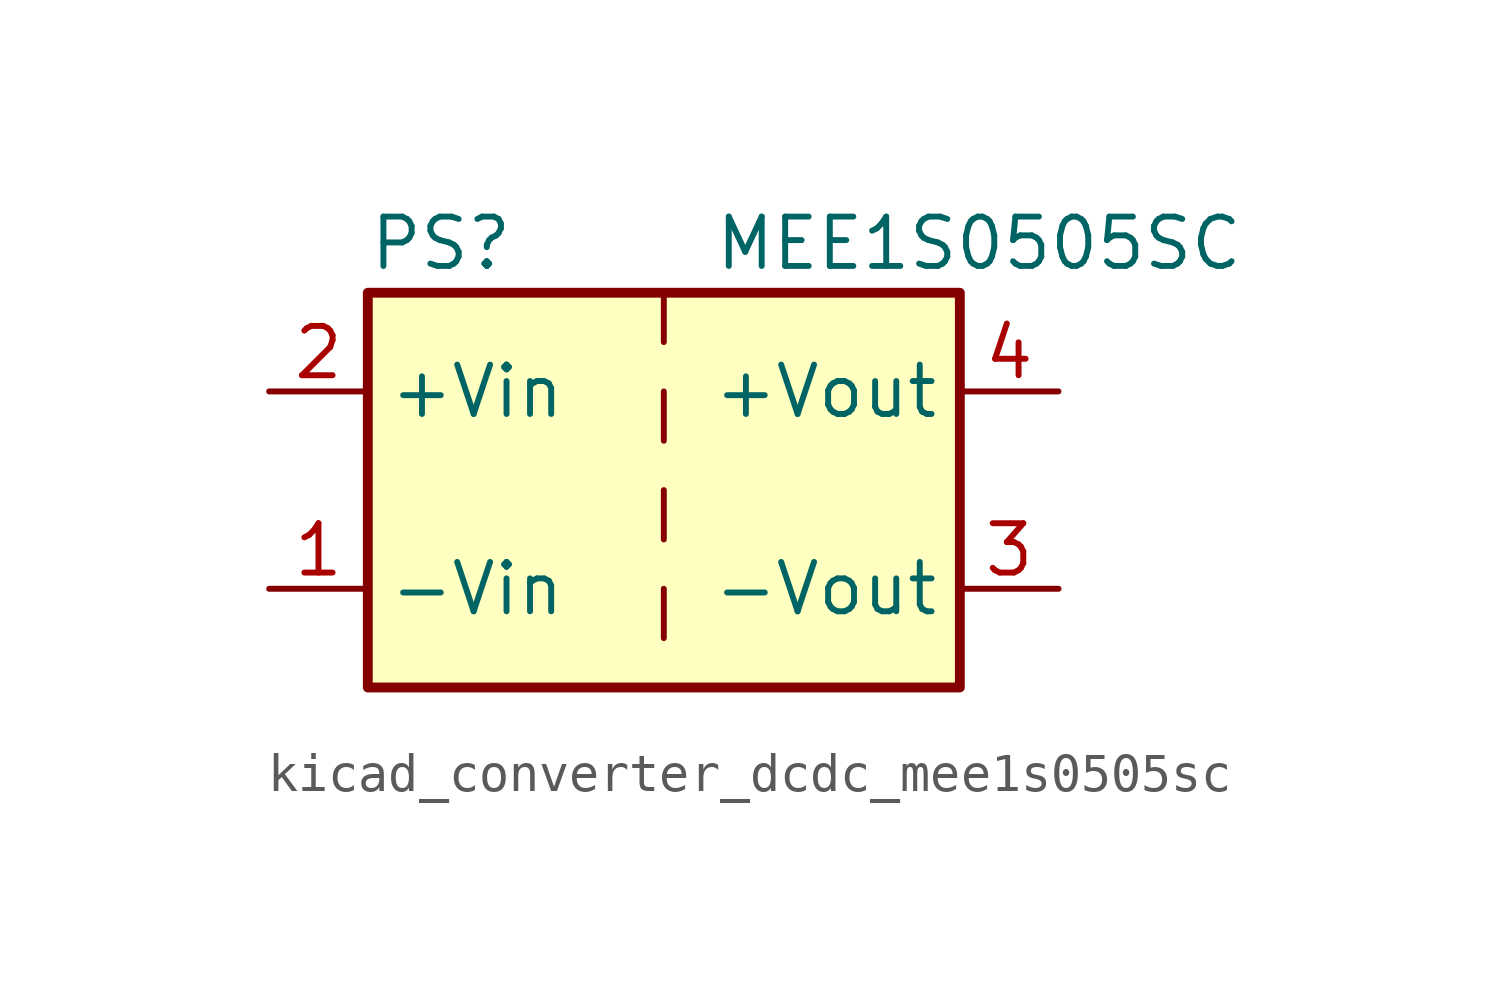
<source format=kicad_sym>
(kicad_symbol_lib
  (version 20220914)
  (generator kicad_symbol_editor)
  (symbol "kicad_converter_dcdc_mee1s0505sc"
    (property "Reference" "PS"
      (at -7.62 6.35 0)
      (effects (font (size 1.27 1.27)) (justify left)))
    (property "Value" "MEE1S0505SC"
      (at 1.27 6.35 0)
      (effects (font (size 1.27 1.27)) (justify left)))
    (symbol "kicad_converter_dcdc_mee1s0505sc_0_0"
      (pin power_in line (at -10.16 -2.54 0) (length 2.54) (name "-Vin" (effects (font (size 1.27 1.27)))) (number "1" (effects (font (size 1.27 1.27)))))
      (pin power_in line (at -10.16 2.54 0) (length 2.54) (name "+Vin" (effects (font (size 1.27 1.27)))) (number "2" (effects (font (size 1.27 1.27)))))
      (pin power_out line (at 10.16 -2.54 180) (length 2.54) (name "-Vout" (effects (font (size 1.27 1.27)))) (number "3" (effects (font (size 1.27 1.27)))))
      (pin power_out line (at 10.16 2.54 180) (length 2.54) (name "+Vout" (effects (font (size 1.27 1.27)))) (number "4" (effects (font (size 1.27 1.27))))))
    (symbol "kicad_converter_dcdc_mee1s0505sc_0_1"
      (rectangle (start -7.62 5.08) (end 7.62 -5.08) (stroke (width 0.254) (type default)) (fill (type background)))
      (polyline (pts (xy 0 -2.54) (xy 0 -3.81)) (stroke (width 0) (type default)) (fill (type none)))
      (polyline (pts (xy 0 0) (xy 0 -1.27)) (stroke (width 0) (type default)) (fill (type none)))
      (polyline (pts (xy 0 2.54) (xy 0 1.27)) (stroke (width 0) (type default)) (fill (type none)))
      (polyline (pts (xy 0 5.08) (xy 0 3.81)) (stroke (width 0) (type default)) (fill (type none))))))
</source>
